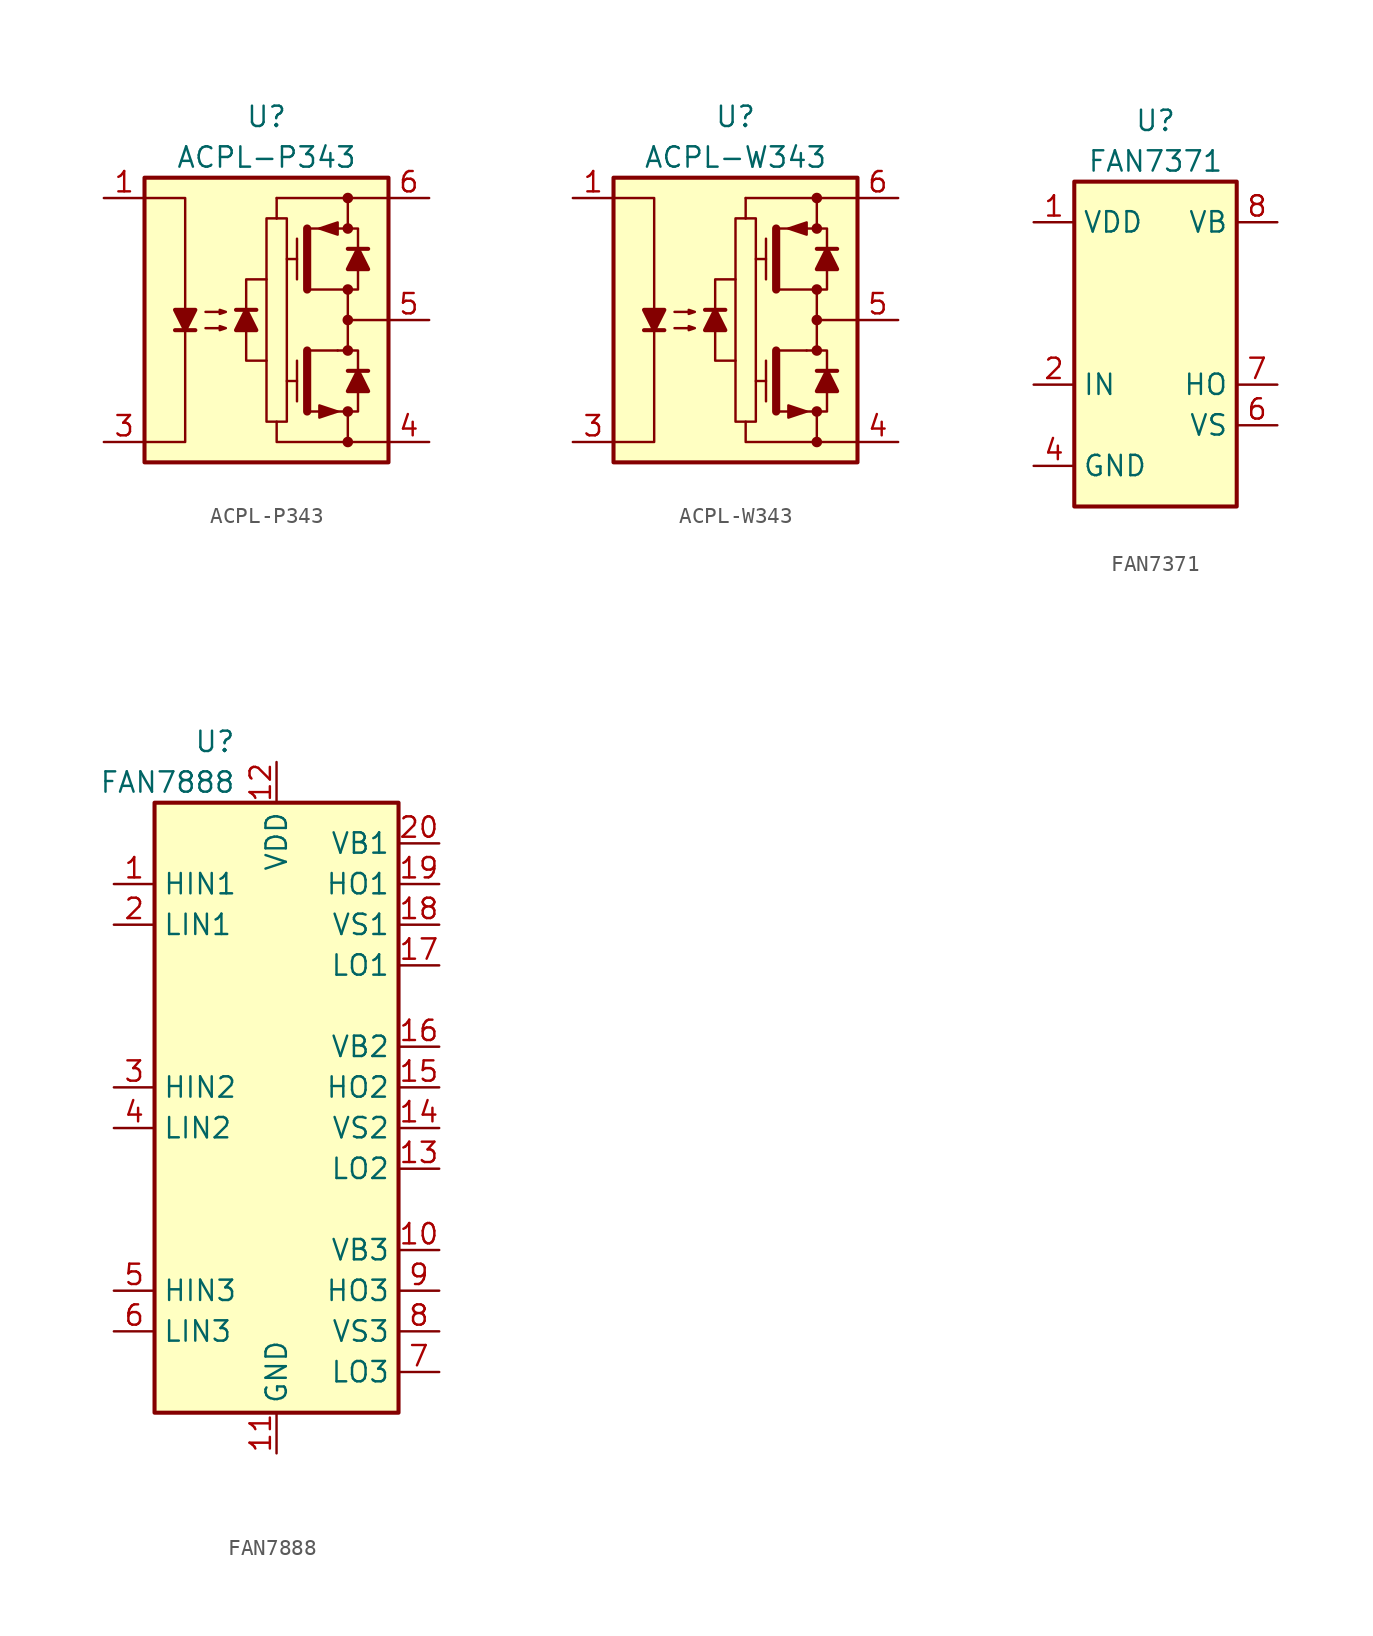
<source format=kicad_sym>
(kicad_symbol_lib
  (version 20201005)
  (generator kicad_symbol_editor)
  (symbol "ACPL-P343"
    (pin_names hide)
    (property "Reference" "U"
      (at 0 12.7 0)
      (effects (font (size 1.27 1.27))))
    (property "Value" "ACPL-P343"
      (at 0 10.16 0)
      (effects (font (size 1.27 1.27))))
    (symbol "ACPL-P343_0_1"
      (circle (center 5.08 -7.62) (radius 0.254) (stroke (width 0)) (fill (type outline)))
      (circle (center 5.08 -5.715) (radius 0.254) (stroke (width 0)) (fill (type outline)))
      (circle (center 5.08 -1.905) (radius 0.254) (stroke (width 0)) (fill (type outline)))
      (circle (center 5.08 0) (radius 0.254) (stroke (width 0)) (fill (type outline)))
      (circle (center 5.08 1.905) (radius 0.254) (stroke (width 0)) (fill (type outline)))
      (circle (center 5.08 5.715) (radius 0.254) (stroke (width 0)) (fill (type outline)))
      (circle (center 5.08 7.62) (radius 0.254) (stroke (width 0)) (fill (type outline)))
      (rectangle (start -7.62 8.89) (end 7.62 -8.89) (stroke (width 0.254)) (fill (type background)))
      (rectangle (start 0.635 6.35) (end 0.635 6.35) (stroke (width 0)) (fill (type none)))
      (rectangle (start 0.635 6.35) (end 0.635 7.62) (stroke (width 0)) (fill (type none)))
      (polyline (pts (xy -5.715 -0.635) (xy -4.445 -0.635)) (stroke (width 0.254)) (fill (type none)))
      (polyline (pts (xy -0.635 0.635) (xy -1.905 0.635)) (stroke (width 0.254)) (fill (type none)))
      (polyline (pts (xy 1.27 -3.81) (xy 1.905 -3.81)) (stroke (width 0)) (fill (type none)))
      (polyline (pts (xy 1.27 3.81) (xy 1.905 3.81)) (stroke (width 0)) (fill (type none)))
      (polyline (pts (xy 1.905 -5.08) (xy 1.905 -2.54)) (stroke (width 0)) (fill (type none)))
      (polyline (pts (xy 1.905 2.54) (xy 1.905 5.08)) (stroke (width 0)) (fill (type none)))
      (polyline (pts (xy 2.54 -5.715) (xy 2.54 -1.905)) (stroke (width 0.508)) (fill (type none)))
      (polyline (pts (xy 2.54 1.905) (xy 2.54 5.715)) (stroke (width 0.508)) (fill (type none)))
      (polyline (pts (xy 4.445 -1.905) (xy 2.54 -1.905)) (stroke (width 0)) (fill (type none)))
      (polyline (pts (xy 4.445 5.715) (xy 2.54 5.715)) (stroke (width 0)) (fill (type none)))
      (polyline (pts (xy 5.08 -5.715) (xy 5.08 -7.62)) (stroke (width 0)) (fill (type none)))
      (polyline (pts (xy 5.08 0) (xy 7.62 0)) (stroke (width 0)) (fill (type none)))
      (polyline (pts (xy 5.08 1.905) (xy 5.08 -1.905)) (stroke (width 0)) (fill (type none)))
      (polyline (pts (xy 5.08 7.62) (xy 5.08 5.715)) (stroke (width 0)) (fill (type none)))
      (polyline (pts (xy 6.35 -3.175) (xy 5.08 -3.175)) (stroke (width 0.254)) (fill (type none)))
      (polyline (pts (xy 6.35 4.445) (xy 5.08 4.445)) (stroke (width 0.254)) (fill (type none)))
      (polyline (pts (xy 7.62 7.62) (xy 0.635 7.62)) (stroke (width 0)) (fill (type none)))
      (polyline (pts (xy -1.27 -0.635) (xy -1.27 -2.54) (xy 0 -2.54)) (stroke (width 0)) (fill (type none)))
      (polyline (pts (xy -1.27 0.635) (xy -1.27 2.54) (xy 0 2.54)) (stroke (width 0)) (fill (type none)))
      (polyline (pts (xy 0.635 -6.35) (xy 0.635 -7.62) (xy 7.62 -7.62)) (stroke (width 0)) (fill (type none)))
      (polyline (pts (xy 4.445 -1.905) (xy 5.715 -1.905) (xy 5.715 -3.175)) (stroke (width 0)) (fill (type none)))
      (polyline (pts (xy 4.445 5.715) (xy 5.715 5.715) (xy 5.715 4.445)) (stroke (width 0)) (fill (type none)))
      (polyline (pts (xy 5.715 -4.445) (xy 5.715 -5.715) (xy 2.54 -5.715)) (stroke (width 0)) (fill (type none)))
      (polyline (pts (xy 5.715 3.175) (xy 5.715 1.905) (xy 2.54 1.905)) (stroke (width 0)) (fill (type none)))
      (polyline (pts (xy -7.62 7.62) (xy -5.08 7.62) (xy -5.08 -7.62) (xy -7.62 -7.62)) (stroke (width 0)) (fill (type none)))
      (polyline (pts (xy -5.08 -0.635) (xy -5.715 0.635) (xy -4.445 0.635) (xy -5.08 -0.635)) (stroke (width 0.254)) (fill (type outline)))
      (polyline (pts (xy -1.27 0.635) (xy -0.635 -0.635) (xy -1.905 -0.635) (xy -1.27 0.635)) (stroke (width 0.254)) (fill (type outline)))
      (polyline (pts (xy 3.302 5.715) (xy 4.445 6.096) (xy 4.445 5.334) (xy 3.302 5.715)) (stroke (width 0)) (fill (type outline)))
      (polyline (pts (xy 4.445 -5.715) (xy 3.302 -5.334) (xy 3.302 -6.096) (xy 4.445 -5.715)) (stroke (width 0)) (fill (type outline)))
      (polyline (pts (xy 5.715 -3.175) (xy 6.35 -4.445) (xy 5.08 -4.445) (xy 5.715 -3.175)) (stroke (width 0.254)) (fill (type outline)))
      (polyline (pts (xy 5.715 4.445) (xy 6.35 3.175) (xy 5.08 3.175) (xy 5.715 4.445)) (stroke (width 0.254)) (fill (type outline)))
      (polyline (pts (xy -3.81 -0.508) (xy -2.54 -0.508) (xy -2.921 -0.635) (xy -2.921 -0.381) (xy -2.54 -0.508)) (stroke (width 0)) (fill (type none)))
      (polyline (pts (xy -3.81 0.508) (xy -2.54 0.508) (xy -2.921 0.381) (xy -2.921 0.635) (xy -2.54 0.508)) (stroke (width 0)) (fill (type none)))
      (polyline (pts (xy 1.27 6.35) (xy 1.27 -6.35) (xy 0 -6.35) (xy 0 6.35) (xy 1.27 6.35)) (stroke (width 0)) (fill (type none))))
    (symbol "ACPL-P343_1_1"
      (pin passive line (at -10.16 7.62 0) (length 2.54) (name "A" (effects (font (size 1.27 1.27)))) (number "1" (effects (font (size 1.27 1.27)))))
      (pin no_connect line (at -7.62 0 0) (length 2.54) hide (name "NC" (effects (font (size 1.27 1.27)))) (number "2" (effects (font (size 1.27 1.27)))))
      (pin passive line (at -10.16 -7.62 0) (length 2.54) (name "C" (effects (font (size 1.27 1.27)))) (number "3" (effects (font (size 1.27 1.27)))))
      (pin power_out line (at 10.16 -7.62 180) (length 2.54) (name "VEE" (effects (font (size 1.27 1.27)))) (number "4" (effects (font (size 1.27 1.27)))))
      (pin output line (at 10.16 0 180) (length 2.54) (name "VO" (effects (font (size 1.27 1.27)))) (number "5" (effects (font (size 1.27 1.27)))))
      (pin power_in line (at 10.16 7.62 180) (length 2.54) (name "VCC" (effects (font (size 1.27 1.27)))) (number "6" (effects (font (size 1.27 1.27)))))))
  (symbol "ACPL-W343"
    (pin_names hide)
    (property "Reference" "U"
      (at 0 12.7 0)
      (effects (font (size 1.27 1.27))))
    (property "Value" "ACPL-W343"
      (at 0 10.16 0)
      (effects (font (size 1.27 1.27))))
    (symbol "ACPL-W343_0_1"
      (circle (center 5.08 -7.62) (radius 0.254) (stroke (width 0)) (fill (type outline)))
      (circle (center 5.08 -5.715) (radius 0.254) (stroke (width 0)) (fill (type outline)))
      (circle (center 5.08 -1.905) (radius 0.254) (stroke (width 0)) (fill (type outline)))
      (circle (center 5.08 0) (radius 0.254) (stroke (width 0)) (fill (type outline)))
      (circle (center 5.08 1.905) (radius 0.254) (stroke (width 0)) (fill (type outline)))
      (circle (center 5.08 5.715) (radius 0.254) (stroke (width 0)) (fill (type outline)))
      (circle (center 5.08 7.62) (radius 0.254) (stroke (width 0)) (fill (type outline)))
      (rectangle (start -7.62 8.89) (end 7.62 -8.89) (stroke (width 0.254)) (fill (type background)))
      (rectangle (start 0.635 6.35) (end 0.635 6.35) (stroke (width 0)) (fill (type none)))
      (rectangle (start 0.635 6.35) (end 0.635 7.62) (stroke (width 0)) (fill (type none)))
      (polyline (pts (xy -5.715 -0.635) (xy -4.445 -0.635)) (stroke (width 0.254)) (fill (type none)))
      (polyline (pts (xy -0.635 0.635) (xy -1.905 0.635)) (stroke (width 0.254)) (fill (type none)))
      (polyline (pts (xy 1.27 -3.81) (xy 1.905 -3.81)) (stroke (width 0)) (fill (type none)))
      (polyline (pts (xy 1.27 3.81) (xy 1.905 3.81)) (stroke (width 0)) (fill (type none)))
      (polyline (pts (xy 1.905 -5.08) (xy 1.905 -2.54)) (stroke (width 0)) (fill (type none)))
      (polyline (pts (xy 1.905 2.54) (xy 1.905 5.08)) (stroke (width 0)) (fill (type none)))
      (polyline (pts (xy 2.54 -5.715) (xy 2.54 -1.905)) (stroke (width 0.508)) (fill (type none)))
      (polyline (pts (xy 2.54 1.905) (xy 2.54 5.715)) (stroke (width 0.508)) (fill (type none)))
      (polyline (pts (xy 4.445 -1.905) (xy 2.54 -1.905)) (stroke (width 0)) (fill (type none)))
      (polyline (pts (xy 4.445 5.715) (xy 2.54 5.715)) (stroke (width 0)) (fill (type none)))
      (polyline (pts (xy 5.08 -5.715) (xy 5.08 -7.62)) (stroke (width 0)) (fill (type none)))
      (polyline (pts (xy 5.08 0) (xy 7.62 0)) (stroke (width 0)) (fill (type none)))
      (polyline (pts (xy 5.08 1.905) (xy 5.08 -1.905)) (stroke (width 0)) (fill (type none)))
      (polyline (pts (xy 5.08 7.62) (xy 5.08 5.715)) (stroke (width 0)) (fill (type none)))
      (polyline (pts (xy 6.35 -3.175) (xy 5.08 -3.175)) (stroke (width 0.254)) (fill (type none)))
      (polyline (pts (xy 6.35 4.445) (xy 5.08 4.445)) (stroke (width 0.254)) (fill (type none)))
      (polyline (pts (xy 7.62 7.62) (xy 0.635 7.62)) (stroke (width 0)) (fill (type none)))
      (polyline (pts (xy -1.27 -0.635) (xy -1.27 -2.54) (xy 0 -2.54)) (stroke (width 0)) (fill (type none)))
      (polyline (pts (xy -1.27 0.635) (xy -1.27 2.54) (xy 0 2.54)) (stroke (width 0)) (fill (type none)))
      (polyline (pts (xy 0.635 -6.35) (xy 0.635 -7.62) (xy 7.62 -7.62)) (stroke (width 0)) (fill (type none)))
      (polyline (pts (xy 4.445 -1.905) (xy 5.715 -1.905) (xy 5.715 -3.175)) (stroke (width 0)) (fill (type none)))
      (polyline (pts (xy 4.445 5.715) (xy 5.715 5.715) (xy 5.715 4.445)) (stroke (width 0)) (fill (type none)))
      (polyline (pts (xy 5.715 -4.445) (xy 5.715 -5.715) (xy 2.54 -5.715)) (stroke (width 0)) (fill (type none)))
      (polyline (pts (xy 5.715 3.175) (xy 5.715 1.905) (xy 2.54 1.905)) (stroke (width 0)) (fill (type none)))
      (polyline (pts (xy -7.62 7.62) (xy -5.08 7.62) (xy -5.08 -7.62) (xy -7.62 -7.62)) (stroke (width 0)) (fill (type none)))
      (polyline (pts (xy -5.08 -0.635) (xy -5.715 0.635) (xy -4.445 0.635) (xy -5.08 -0.635)) (stroke (width 0.254)) (fill (type outline)))
      (polyline (pts (xy -1.27 0.635) (xy -0.635 -0.635) (xy -1.905 -0.635) (xy -1.27 0.635)) (stroke (width 0.254)) (fill (type outline)))
      (polyline (pts (xy 3.302 5.715) (xy 4.445 6.096) (xy 4.445 5.334) (xy 3.302 5.715)) (stroke (width 0)) (fill (type outline)))
      (polyline (pts (xy 4.445 -5.715) (xy 3.302 -5.334) (xy 3.302 -6.096) (xy 4.445 -5.715)) (stroke (width 0)) (fill (type outline)))
      (polyline (pts (xy 5.715 -3.175) (xy 6.35 -4.445) (xy 5.08 -4.445) (xy 5.715 -3.175)) (stroke (width 0.254)) (fill (type outline)))
      (polyline (pts (xy 5.715 4.445) (xy 6.35 3.175) (xy 5.08 3.175) (xy 5.715 4.445)) (stroke (width 0.254)) (fill (type outline)))
      (polyline (pts (xy -3.81 -0.508) (xy -2.54 -0.508) (xy -2.921 -0.635) (xy -2.921 -0.381) (xy -2.54 -0.508)) (stroke (width 0)) (fill (type none)))
      (polyline (pts (xy -3.81 0.508) (xy -2.54 0.508) (xy -2.921 0.381) (xy -2.921 0.635) (xy -2.54 0.508)) (stroke (width 0)) (fill (type none)))
      (polyline (pts (xy 1.27 6.35) (xy 1.27 -6.35) (xy 0 -6.35) (xy 0 6.35) (xy 1.27 6.35)) (stroke (width 0)) (fill (type none))))
    (symbol "ACPL-W343_1_1"
      (pin passive line (at -10.16 7.62 0) (length 2.54) (name "A" (effects (font (size 1.27 1.27)))) (number "1" (effects (font (size 1.27 1.27)))))
      (pin no_connect line (at -7.62 0 0) (length 2.54) hide (name "NC" (effects (font (size 1.27 1.27)))) (number "2" (effects (font (size 1.27 1.27)))))
      (pin passive line (at -10.16 -7.62 0) (length 2.54) (name "C" (effects (font (size 1.27 1.27)))) (number "3" (effects (font (size 1.27 1.27)))))
      (pin power_out line (at 10.16 -7.62 180) (length 2.54) (name "VEE" (effects (font (size 1.27 1.27)))) (number "4" (effects (font (size 1.27 1.27)))))
      (pin output line (at 10.16 0 180) (length 2.54) (name "VO" (effects (font (size 1.27 1.27)))) (number "5" (effects (font (size 1.27 1.27)))))
      (pin power_in line (at 10.16 7.62 180) (length 2.54) (name "VCC" (effects (font (size 1.27 1.27)))) (number "6" (effects (font (size 1.27 1.27)))))))
  (symbol "FAN7371"
    (property "Reference" "U"
      (at 0 13.97 0)
      (effects (font (size 1.27 1.27))))
    (property "Value" "FAN7371"
      (at 0 11.43 0)
      (effects (font (size 1.27 1.27))))
    (symbol "FAN7371_0_1"
      (rectangle (start -5.08 10.16) (end 5.08 -10.16) (stroke (width 0.254)) (fill (type background))))
    (symbol "FAN7371_1_1"
      (pin power_in line (at -7.62 7.62 0) (length 2.54) (name "VDD" (effects (font (size 1.27 1.27)))) (number "1" (effects (font (size 1.27 1.27)))))
      (pin input line (at -7.62 -2.54 0) (length 2.54) (name "IN" (effects (font (size 1.27 1.27)))) (number "2" (effects (font (size 1.27 1.27)))))
      (pin no_connect line (at -5.08 -5.08 0) (length 2.54) hide (name "NC" (effects (font (size 1.27 1.27)))) (number "3" (effects (font (size 1.27 1.27)))))
      (pin power_in line (at -7.62 -7.62 0) (length 2.54) (name "GND" (effects (font (size 1.27 1.27)))) (number "4" (effects (font (size 1.27 1.27)))))
      (pin no_connect line (at 5.08 -7.62 180) (length 2.54) hide (name "NC" (effects (font (size 1.27 1.27)))) (number "5" (effects (font (size 1.27 1.27)))))
      (pin passive line (at 7.62 -5.08 180) (length 2.54) (name "VS" (effects (font (size 1.27 1.27)))) (number "6" (effects (font (size 1.27 1.27)))))
      (pin output line (at 7.62 -2.54 180) (length 2.54) (name "HO" (effects (font (size 1.27 1.27)))) (number "7" (effects (font (size 1.27 1.27)))))
      (pin passive line (at 7.62 7.62 180) (length 2.54) (name "VB" (effects (font (size 1.27 1.27)))) (number "8" (effects (font (size 1.27 1.27)))))))
  (symbol "FAN7888"
    (property "Reference" "U"
      (at -2.54 24.13 0)
      (effects (font (size 1.27 1.27)) (justify right)))
    (property "Value" "FAN7888"
      (at -2.54 21.59 0)
      (effects (font (size 1.27 1.27)) (justify right)))
    (symbol "FAN7888_0_1"
      (rectangle (start -7.62 20.32) (end 7.62 -17.78) (stroke (width 0.254)) (fill (type background))))
    (symbol "FAN7888_1_1"
      (pin input line (at -10.16 15.24 0) (length 2.54) (name "HIN1" (effects (font (size 1.27 1.27)))) (number "1" (effects (font (size 1.27 1.27)))))
      (pin passive line (at 10.16 -7.62 180) (length 2.54) (name "VB3" (effects (font (size 1.27 1.27)))) (number "10" (effects (font (size 1.27 1.27)))))
      (pin power_in line (at 0 -20.32 90) (length 2.54) (name "GND" (effects (font (size 1.27 1.27)))) (number "11" (effects (font (size 1.27 1.27)))))
      (pin power_in line (at 0 22.86 270) (length 2.54) (name "VDD" (effects (font (size 1.27 1.27)))) (number "12" (effects (font (size 1.27 1.27)))))
      (pin output line (at 10.16 -2.54 180) (length 2.54) (name "LO2" (effects (font (size 1.27 1.27)))) (number "13" (effects (font (size 1.27 1.27)))))
      (pin passive line (at 10.16 0 180) (length 2.54) (name "VS2" (effects (font (size 1.27 1.27)))) (number "14" (effects (font (size 1.27 1.27)))))
      (pin output line (at 10.16 2.54 180) (length 2.54) (name "HO2" (effects (font (size 1.27 1.27)))) (number "15" (effects (font (size 1.27 1.27)))))
      (pin passive line (at 10.16 5.08 180) (length 2.54) (name "VB2" (effects (font (size 1.27 1.27)))) (number "16" (effects (font (size 1.27 1.27)))))
      (pin output line (at 10.16 10.16 180) (length 2.54) (name "LO1" (effects (font (size 1.27 1.27)))) (number "17" (effects (font (size 1.27 1.27)))))
      (pin passive line (at 10.16 12.7 180) (length 2.54) (name "VS1" (effects (font (size 1.27 1.27)))) (number "18" (effects (font (size 1.27 1.27)))))
      (pin output line (at 10.16 15.24 180) (length 2.54) (name "HO1" (effects (font (size 1.27 1.27)))) (number "19" (effects (font (size 1.27 1.27)))))
      (pin input line (at -10.16 12.7 0) (length 2.54) (name "LIN1" (effects (font (size 1.27 1.27)))) (number "2" (effects (font (size 1.27 1.27)))))
      (pin passive line (at 10.16 17.78 180) (length 2.54) (name "VB1" (effects (font (size 1.27 1.27)))) (number "20" (effects (font (size 1.27 1.27)))))
      (pin input line (at -10.16 2.54 0) (length 2.54) (name "HIN2" (effects (font (size 1.27 1.27)))) (number "3" (effects (font (size 1.27 1.27)))))
      (pin input line (at -10.16 0 0) (length 2.54) (name "LIN2" (effects (font (size 1.27 1.27)))) (number "4" (effects (font (size 1.27 1.27)))))
      (pin input line (at -10.16 -10.16 0) (length 2.54) (name "HIN3" (effects (font (size 1.27 1.27)))) (number "5" (effects (font (size 1.27 1.27)))))
      (pin input line (at -10.16 -12.7 0) (length 2.54) (name "LIN3" (effects (font (size 1.27 1.27)))) (number "6" (effects (font (size 1.27 1.27)))))
      (pin output line (at 10.16 -15.24 180) (length 2.54) (name "LO3" (effects (font (size 1.27 1.27)))) (number "7" (effects (font (size 1.27 1.27)))))
      (pin passive line (at 10.16 -12.7 180) (length 2.54) (name "VS3" (effects (font (size 1.27 1.27)))) (number "8" (effects (font (size 1.27 1.27)))))
      (pin output line (at 10.16 -10.16 180) (length 2.54) (name "HO3" (effects (font (size 1.27 1.27)))) (number "9" (effects (font (size 1.27 1.27))))))))
</source>
